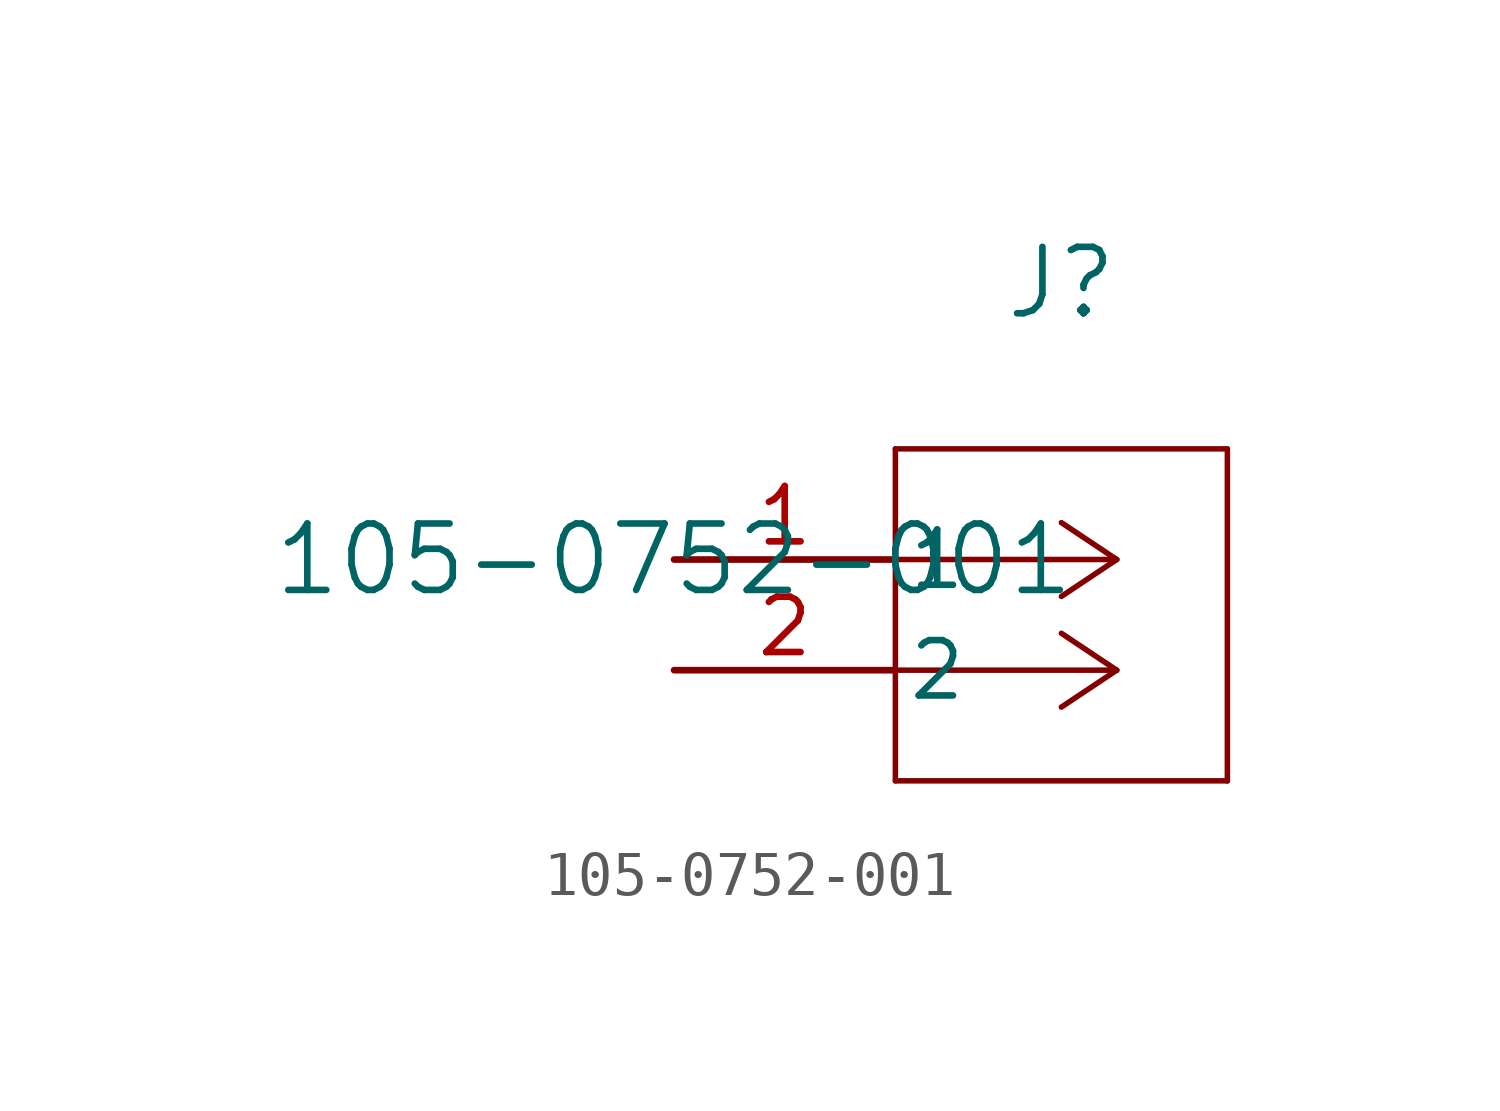
<source format=kicad_sym>
(kicad_symbol_lib
  (version 20211014)
  (generator kicad_symbol_editor)
  (symbol "105-0752-001"
    (pin_names
      (offset 0.254))
    (property "Reference" "J"
      (at 8.89 6.35 0)
      (effects (font (size 1.524 1.524))))
    (property "Value" "105-0752-001"
      (at 0 0 0)
      (effects (font (size 1.524 1.524))))
    (symbol "105-0752-001_0_1"
      (polyline (pts (xy 10.16 0) (xy 5.08 0)) (stroke (width 0.127) (type default) (color 0 0 0 0)) (fill (type none)))
      (polyline (pts (xy 10.16 -2.54) (xy 5.08 -2.54)) (stroke (width 0.127) (type default) (color 0 0 0 0)) (fill (type none)))
      (polyline (pts (xy 10.16 0) (xy 8.89 0.847)) (stroke (width 0.127) (type default) (color 0 0 0 0)) (fill (type none)))
      (polyline (pts (xy 10.16 -2.54) (xy 8.89 -1.693)) (stroke (width 0.127) (type default) (color 0 0 0 0)) (fill (type none)))
      (polyline (pts (xy 10.16 0) (xy 8.89 -0.847)) (stroke (width 0.127) (type default) (color 0 0 0 0)) (fill (type none)))
      (polyline (pts (xy 10.16 -2.54) (xy 8.89 -3.387)) (stroke (width 0.127) (type default) (color 0 0 0 0)) (fill (type none)))
      (polyline (pts (xy 5.08 2.54) (xy 5.08 -5.08)) (stroke (width 0.127) (type default) (color 0 0 0 0)) (fill (type none)))
      (polyline (pts (xy 5.08 -5.08) (xy 12.7 -5.08)) (stroke (width 0.127) (type default) (color 0 0 0 0)) (fill (type none)))
      (polyline (pts (xy 12.7 -5.08) (xy 12.7 2.54)) (stroke (width 0.127) (type default) (color 0 0 0 0)) (fill (type none)))
      (polyline (pts (xy 12.7 2.54) (xy 5.08 2.54)) (stroke (width 0.127) (type default) (color 0 0 0 0)) (fill (type none)))
      (pin unspecified line (at 0 0 0) (length 5.08) (name "1" (effects (font (size 1.27 1.27)))) (number "1" (effects (font (size 1.27 1.27)))))
      (pin unspecified line (at 0 -2.54 0) (length 5.08) (name "2" (effects (font (size 1.27 1.27)))) (number "2" (effects (font (size 1.27 1.27))))))))
</source>
